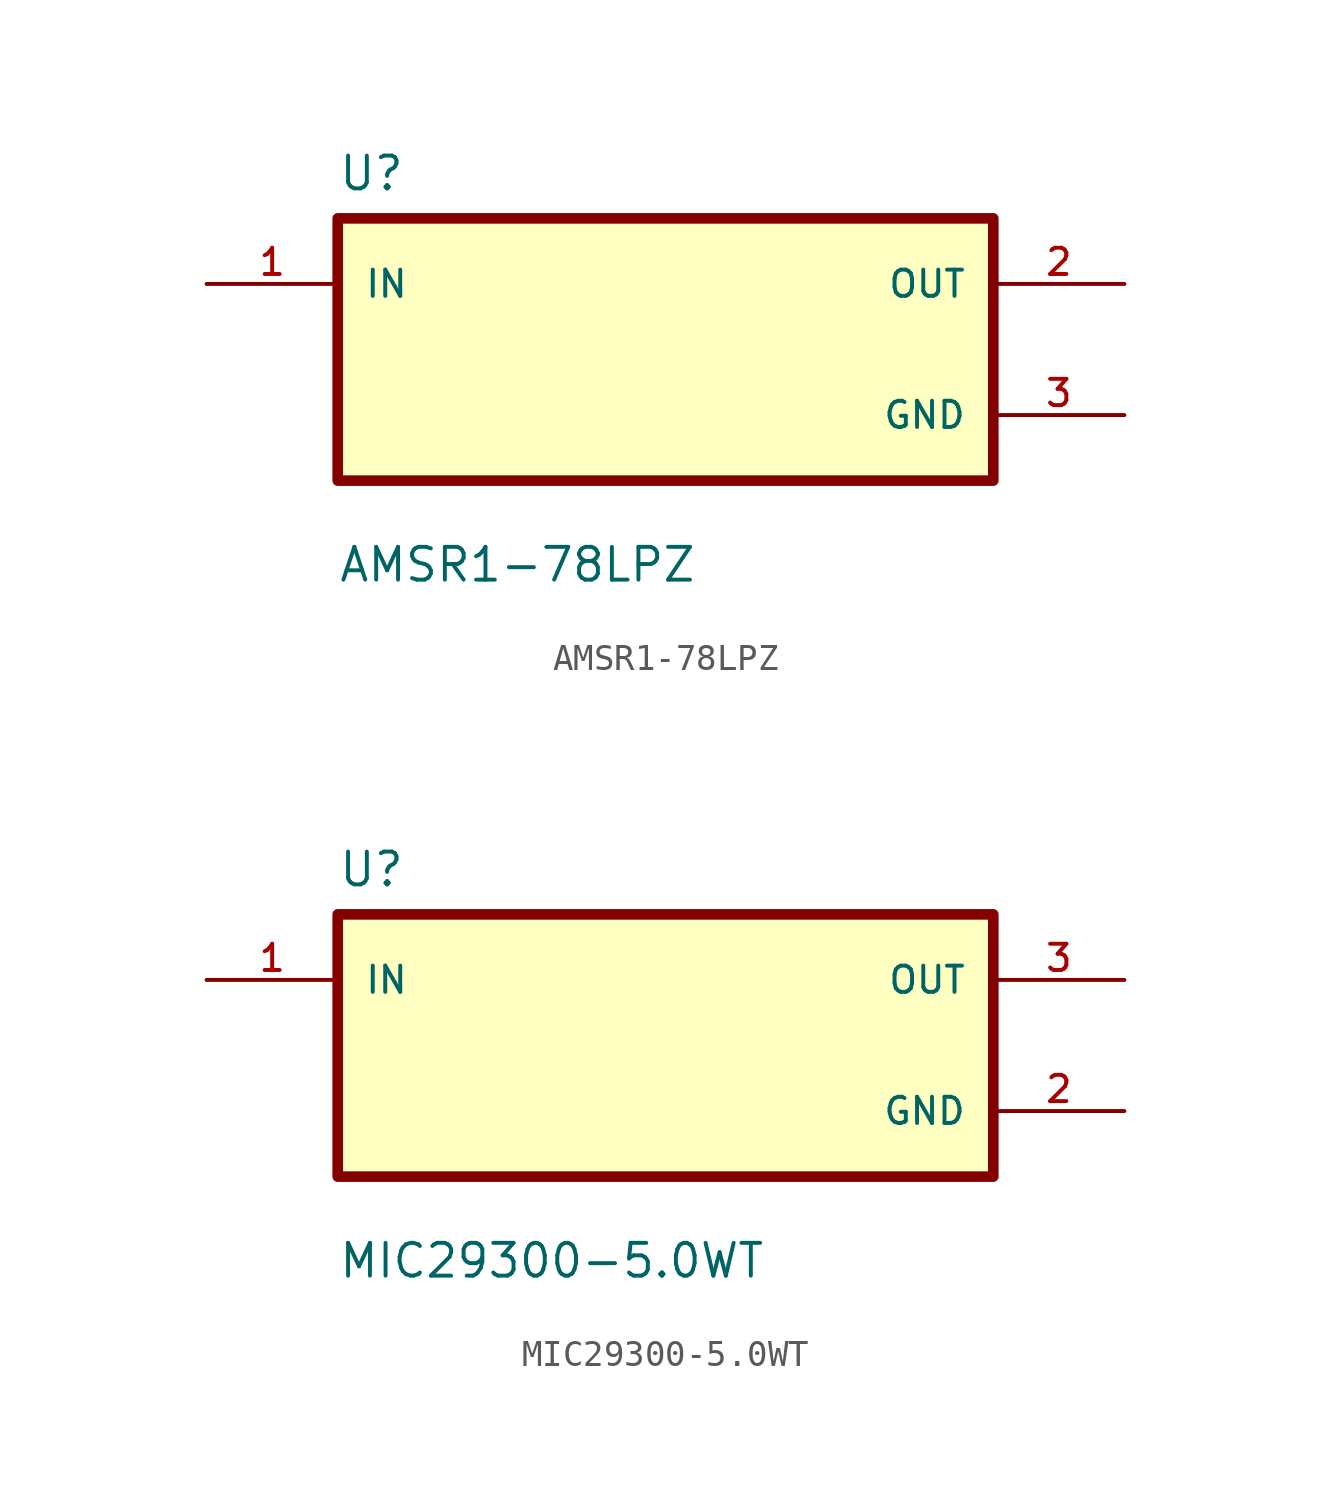
<source format=kicad_sym>
(kicad_symbol_lib
  (version 20241209)
  (generator "kicad_symbol_editor")
  (generator_version "9.0")
  (symbol "AMSR1-78LPZ"
    (pin_names
      (offset 1.016))
    (property "Reference" "U"
      (at -12.7 6.08 0)
      (effects (font (size 1.27 1.27)) (justify left bottom)))
    (property "Value" "AMSR1-78LPZ"
      (at -12.7 -9.08 0)
      (effects (font (size 1.27 1.27)) (justify left bottom)))
    (symbol "AMSR1-78LPZ_0_0"
      (rectangle (start -12.7 -5.08) (end 12.7 5.08) (stroke (width 0.41) (type default)) (fill (type background)))
      (pin input line (at -17.78 2.54 0) (length 5.08) (name "IN" (effects (font (size 1.016 1.016)))) (number "1" (effects (font (size 1.016 1.016))))))
    (symbol "AMSR1-78LPZ_1_0"
      (pin output line (at 17.78 2.54 180) (length 5.08) (name "OUT" (effects (font (size 1.016 1.016)))) (number "2" (effects (font (size 1.016 1.016)))))
      (pin power_in line (at 17.78 -2.54 180) (length 5.08) (name "GND" (effects (font (size 1.016 1.016)))) (number "3" (effects (font (size 1.016 1.016)))))))
  (symbol "MIC29300-5.0WT"
    (pin_names
      (offset 1.016))
    (property "Reference" "U"
      (at -12.7 6.08 0)
      (effects (font (size 1.27 1.27)) (justify left bottom)))
    (property "Value" "MIC29300-5.0WT"
      (at -12.7 -9.08 0)
      (effects (font (size 1.27 1.27)) (justify left bottom)))
    (symbol "MIC29300-5.0WT_0_0"
      (rectangle (start -12.7 -5.08) (end 12.7 5.08) (stroke (width 0.41) (type default)) (fill (type background)))
      (pin input line (at -17.78 2.54 0) (length 5.08) (name "IN" (effects (font (size 1.016 1.016)))) (number "1" (effects (font (size 1.016 1.016)))))
      (pin output line (at 17.78 2.54 180) (length 5.08) (name "OUT" (effects (font (size 1.016 1.016)))) (number "3" (effects (font (size 1.016 1.016)))))
      (pin power_in line (at 17.78 -2.54 180) (length 5.08) (name "GND" (effects (font (size 1.016 1.016)))) (number "2" (effects (font (size 1.016 1.016))))))))
</source>
